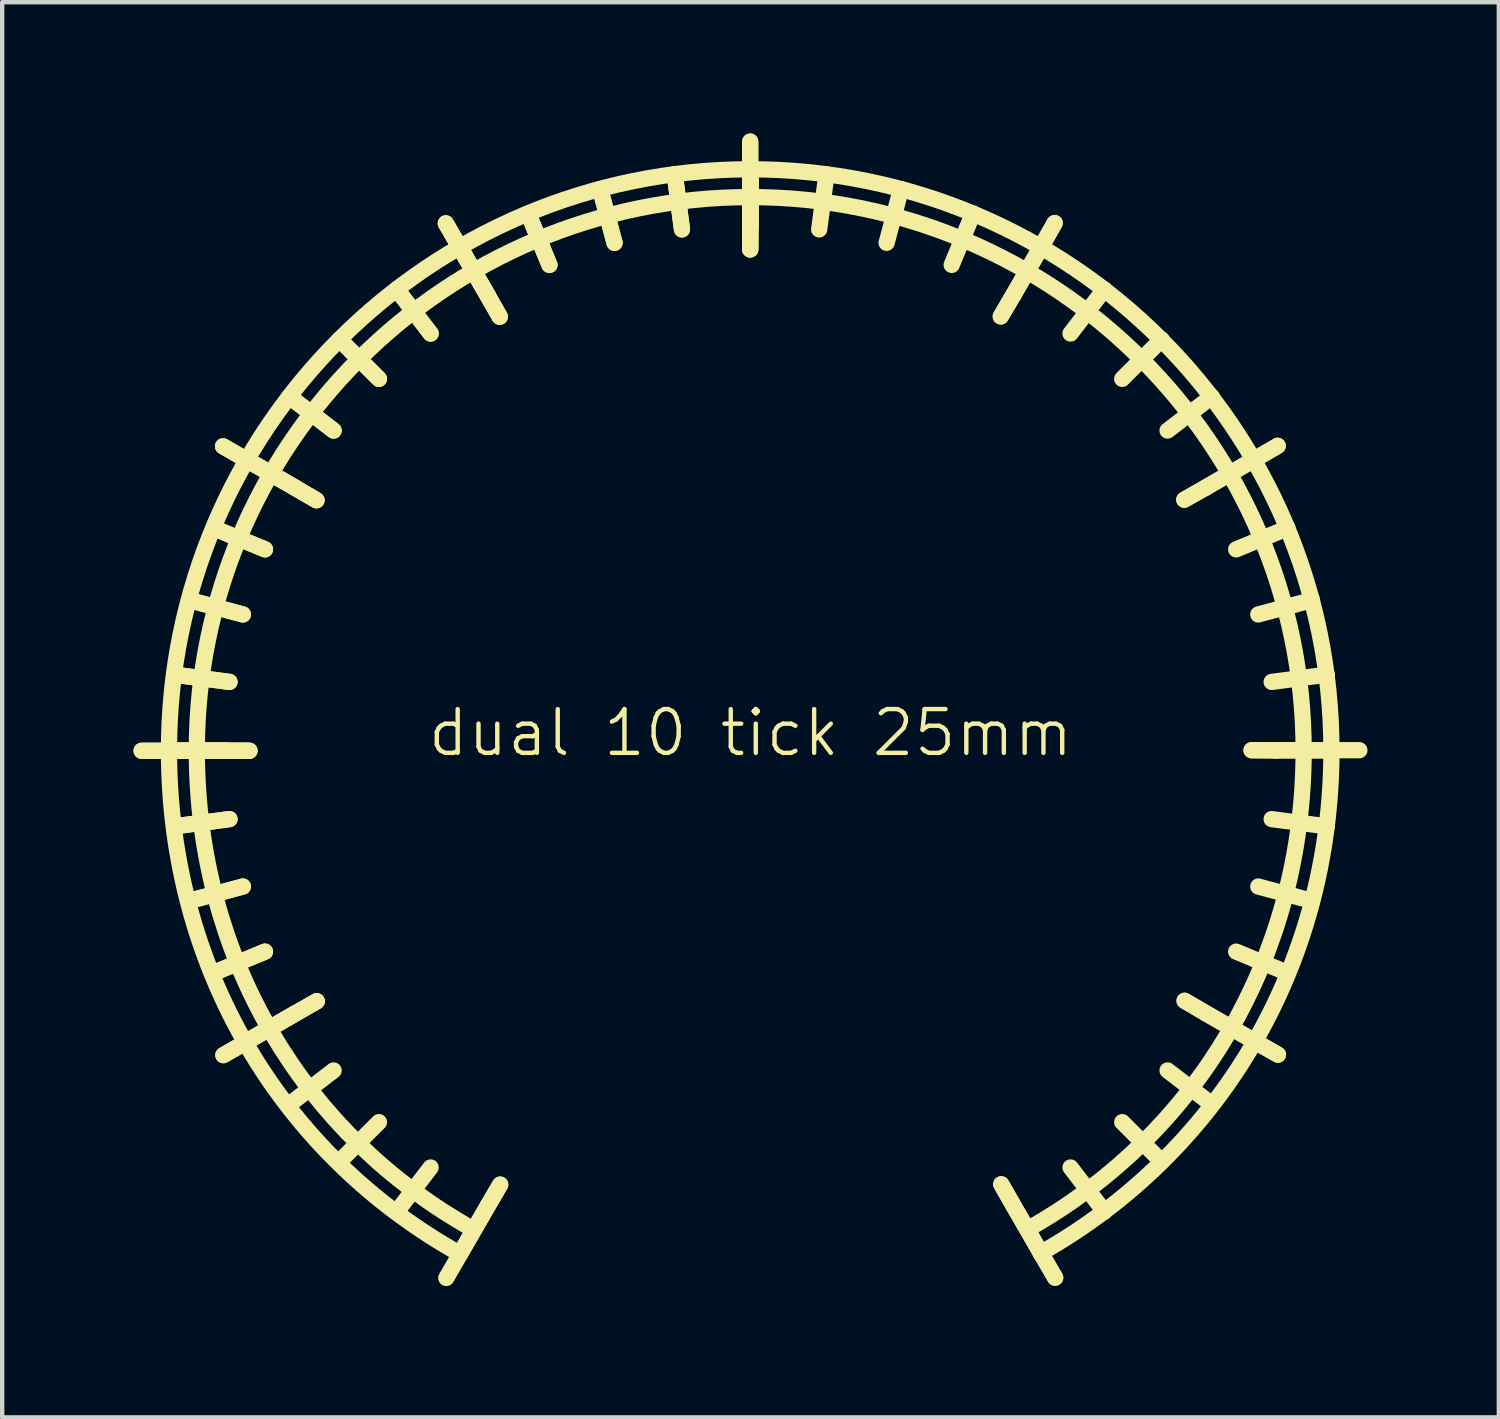
<source format=kicad_pcb>
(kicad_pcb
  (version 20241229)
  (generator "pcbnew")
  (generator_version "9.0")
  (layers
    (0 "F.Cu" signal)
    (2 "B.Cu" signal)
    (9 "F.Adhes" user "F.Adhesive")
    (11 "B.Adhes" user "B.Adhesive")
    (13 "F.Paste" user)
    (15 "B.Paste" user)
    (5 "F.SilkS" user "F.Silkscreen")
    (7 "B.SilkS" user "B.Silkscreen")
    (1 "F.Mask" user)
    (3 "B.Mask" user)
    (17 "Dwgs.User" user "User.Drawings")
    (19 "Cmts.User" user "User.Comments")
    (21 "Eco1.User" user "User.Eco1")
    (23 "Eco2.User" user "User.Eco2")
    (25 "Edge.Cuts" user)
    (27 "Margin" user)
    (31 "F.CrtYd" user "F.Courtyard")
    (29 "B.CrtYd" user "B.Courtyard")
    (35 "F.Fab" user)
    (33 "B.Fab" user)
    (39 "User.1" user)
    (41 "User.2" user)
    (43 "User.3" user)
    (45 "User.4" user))
  (footprint "dual 10 tick 25mm"
    (layer "F.Cu")
    (at 14.095 14.19)
    (property "Reference" "dual 10 tick 25mm" (at 0 -0.5 0) (unlocked yes) (layer "F.SilkS") (effects (font (size 1 1) (thickness 0.1))))
    (attr smd)
    (fp_line (start -13.91 -0.09) (end -11.448 -0.09) (stroke (width 0.371) (type solid)) (layer "F.SilkS"))
    (fp_line (start -13.91 -0.09) (end -11.448 -0.09) (stroke (width 0.371) (type solid)) (layer "F.SilkS"))
    (fp_line (start -13.276 -0.096) (end -12.006 -0.096) (stroke (width 0.371) (type solid)) (layer "F.SilkS"))
    (fp_line (start -13.276 -0.096) (end -12.006 -0.096) (stroke (width 0.371) (type solid)) (layer "F.SilkS"))
    (fp_line (start -13.163 -1.829) (end -11.903 -1.663) (stroke (width 0.371) (type solid)) (layer "F.SilkS"))
    (fp_line (start -13.163 -1.829) (end -11.903 -1.663) (stroke (width 0.371) (type solid)) (layer "F.SilkS"))
    (fp_line (start -12.266 -5.177) (end -11.092 -4.691) (stroke (width 0.371) (type solid)) (layer "F.SilkS"))
    (fp_line (start -12.266 -5.177) (end -11.092 -4.691) (stroke (width 0.371) (type solid)) (layer "F.SilkS"))
    (fp_line (start -12.05 -7.045) (end -9.917 -5.814) (stroke (width 0.371) (type solid)) (layer "F.SilkS"))
    (fp_line (start -12.05 -7.045) (end -9.917 -5.814) (stroke (width 0.371) (type solid)) (layer "F.SilkS"))
    (fp_line (start -12.043 6.863) (end -9.911 5.632) (stroke (width 0.371) (type solid)) (layer "F.SilkS"))
    (fp_line (start -12.043 6.863) (end -9.911 5.632) (stroke (width 0.371) (type solid)) (layer "F.SilkS"))
    (fp_line (start -12.006 -0.096) (end -11.448 -0.09) (stroke (width 0.371) (type default)) (layer "F.SilkS"))
    (fp_line (start -11.498 -6.735) (end -10.397 -6.099) (stroke (width 0.371) (type solid)) (layer "F.SilkS"))
    (fp_line (start -11.498 -6.735) (end -10.397 -6.099) (stroke (width 0.371) (type solid)) (layer "F.SilkS"))
    (fp_line (start -10.533 -8.179) (end -9.525 -7.405) (stroke (width 0.371) (type solid)) (layer "F.SilkS"))
    (fp_line (start -10.533 -8.179) (end -9.525 -7.405) (stroke (width 0.371) (type solid)) (layer "F.SilkS"))
    (fp_line (start -10.533 7.986) (end -9.525 7.213) (stroke (width 0.371) (type solid)) (layer "F.SilkS"))
    (fp_line (start -10.397 -6.099) (end -9.917 -5.814) (stroke (width 0.371) (type default)) (layer "F.SilkS"))
    (fp_line (start -10.397 5.907) (end -9.911 5.632) (stroke (width 0.371) (type default)) (layer "F.SilkS"))
    (fp_line (start -9.388 9.292) (end -8.489 8.393) (stroke (width 0.371) (type solid)) (layer "F.SilkS"))
    (fp_line (start -9.388 -9.484) (end -8.489 -8.586) (stroke (width 0.371) (type solid)) (layer "F.SilkS"))
    (fp_line (start -9.388 -9.484) (end -8.489 -8.586) (stroke (width 0.371) (type solid)) (layer "F.SilkS"))
    (fp_line (start -8.082 -10.63) (end -7.308 -9.621) (stroke (width 0.371) (type solid)) (layer "F.SilkS"))
    (fp_line (start -8.082 -10.63) (end -7.308 -9.621) (stroke (width 0.371) (type solid)) (layer "F.SilkS"))
    (fp_line (start -8.082 10.437) (end -7.308 9.429) (stroke (width 0.371) (type solid)) (layer "F.SilkS"))
    (fp_line (start -6.961 -12.138) (end -5.73 -10.006) (stroke (width 0.371) (type solid)) (layer "F.SilkS"))
    (fp_line (start -6.961 -12.138) (end -5.73 -10.006) (stroke (width 0.371) (type solid)) (layer "F.SilkS"))
    (fp_line (start -6.95 11.952) (end -5.719 9.82) (stroke (width 0.371) (type solid)) (layer "F.SilkS"))
    (fp_line (start -6.638 11.402) (end -6.638 11.402) (stroke (width 0.371) (type default)) (layer "F.SilkS"))
    (fp_line (start -6.638 11.402) (end -6.003 10.301) (stroke (width 0.371) (type solid)) (layer "F.SilkS"))
    (fp_line (start -6.003 -10.494) (end -5.73 -10.006) (stroke (width 0.371) (type default)) (layer "F.SilkS"))
    (fp_line (start -6.003 10.301) (end -5.719 9.82) (stroke (width 0.371) (type default)) (layer "F.SilkS"))
    (fp_line (start -1.732 -13.26) (end -1.567 -12) (stroke (width 0.371) (type solid)) (layer "F.SilkS"))
    (fp_line (start -1.732 -13.26) (end -1.567 -12) (stroke (width 0.371) (type solid)) (layer "F.SilkS"))
    (fp_line (start -0.008 -14.005) (end -0.008 -11.543) (stroke (width 0.371) (type solid)) (layer "F.SilkS"))
    (fp_line (start -0.008 -14.005) (end -0.008 -11.543) (stroke (width 0.371) (type solid)) (layer "F.SilkS"))
    (fp_line (start -0.008 -13.373) (end -0.008 -12.738) (stroke (width 0.371) (type default)) (layer "F.SilkS"))
    (fp_line (start 0.001 -13.373) (end -0.008 -13.373) (stroke (width 0.371) (type default)) (layer "F.SilkS"))
    (fp_line (start 0.001 -13.373) (end 0.001 -12.103) (stroke (width 0.371) (type solid)) (layer "F.SilkS"))
    (fp_line (start 0.001 -13.373) (end 0.001 -12.103) (stroke (width 0.371) (type solid)) (layer "F.SilkS"))
    (fp_line (start 0.001 -12.103) (end -0.008 -11.543) (stroke (width 0.371) (type default)) (layer "F.SilkS"))
    (fp_line (start 3.437 -12.921) (end 3.108 -11.693) (stroke (width 0.371) (type solid)) (layer "F.SilkS"))
    (fp_line (start 6.004 -10.494) (end 5.716 -10.012) (stroke (width 0.371) (type default)) (layer "F.SilkS"))
    (fp_line (start 6.004 10.301) (end 5.727 9.813) (stroke (width 0.371) (type default)) (layer "F.SilkS"))
    (fp_line (start 6.628 11.383) (end 6.639 11.402) (stroke (width 0.371) (type default)) (layer "F.SilkS"))
    (fp_line (start 6.639 -11.594) (end 6.004 -10.494) (stroke (width 0.371) (type solid)) (layer "F.SilkS"))
    (fp_line (start 6.639 11.402) (end 6.004 10.301) (stroke (width 0.371) (type solid)) (layer "F.SilkS"))
    (fp_line (start 6.947 -12.145) (end 6.639 -11.594) (stroke (width 0.371) (type default)) (layer "F.SilkS"))
    (fp_line (start 6.958 11.946) (end 6.628 11.383) (stroke (width 0.371) (type default)) (layer "F.SilkS"))
    (fp_line (start 8.083 -10.63) (end 7.309 -9.622) (stroke (width 0.371) (type solid)) (layer "F.SilkS"))
    (fp_line (start 8.083 10.437) (end 7.31 9.429) (stroke (width 0.371) (type solid)) (layer "F.SilkS"))
    (fp_line (start 9.389 -9.484) (end 8.49 -8.586) (stroke (width 0.371) (type solid)) (layer "F.SilkS"))
    (fp_line (start 10.398 -6.099) (end 9.908 -5.825) (stroke (width 0.371) (type default)) (layer "F.SilkS"))
    (fp_line (start 10.398 5.907) (end 9.915 5.621) (stroke (width 0.371) (type default)) (layer "F.SilkS"))
    (fp_line (start 10.534 -8.179) (end 9.526 -7.405) (stroke (width 0.371) (type solid)) (layer "F.SilkS"))
    (fp_line (start 10.534 7.986) (end 9.526 7.213) (stroke (width 0.371) (type solid)) (layer "F.SilkS"))
    (fp_line (start 11.499 -6.735) (end 10.398 -6.099) (stroke (width 0.371) (type solid)) (layer "F.SilkS"))
    (fp_line (start 11.499 6.542) (end 10.398 5.907) (stroke (width 0.371) (type solid)) (layer "F.SilkS"))
    (fp_line (start 12.007 -0.096) (end 11.445 -0.103) (stroke (width 0.371) (type default)) (layer "F.SilkS"))
    (fp_line (start 12.041 -7.056) (end 9.908 -5.825) (stroke (width 0.371) (type solid)) (layer "F.SilkS"))
    (fp_line (start 12.041 -7.056) (end 11.499 -6.735) (stroke (width 0.371) (type default)) (layer "F.SilkS"))
    (fp_line (start 12.047 6.852) (end 11.499 6.542) (stroke (width 0.371) (type default)) (layer "F.SilkS"))
    (fp_line (start 12.267 -5.177) (end 11.093 -4.691) (stroke (width 0.371) (type solid)) (layer "F.SilkS"))
    (fp_line (start 12.825 -3.533) (end 11.598 -3.204) (stroke (width 0.371) (type solid)) (layer "F.SilkS"))
    (fp_line (start 13.269 -0.096) (end 13.277 -0.096) (stroke (width 0.371) (type default)) (layer "F.SilkS"))
    (fp_line (start 13.277 -0.096) (end 12.007 -0.096) (stroke (width 0.371) (type solid)) (layer "F.SilkS"))
    (fp_line (start 13.907 -0.103) (end 11.445 -0.103) (stroke (width 0.371) (type solid)) (layer "F.SilkS"))
    (fp_curve (pts (xy -13.285 -0.096) (xy -13.285 -7.424) (xy -7.335 -13.373) (xy -0.008 -13.373)) (stroke (width 0.371) (type solid)) (layer "F.SilkS"))
    (fp_curve (pts (xy -13.163 1.637) (xy -12.743 1.581) (xy -12.323 1.526) (xy -11.903 1.471)) (stroke (width 0.371) (type solid)) (layer "F.SilkS"))
    (fp_curve (pts (xy -13.163 1.637) (xy -12.743 1.581) (xy -12.323 1.526) (xy -11.903 1.471)) (stroke (width 0.371) (type solid)) (layer "F.SilkS"))
    (fp_curve (pts (xy -12.824 -3.533) (xy -12.415 -3.423) (xy -12.006 -3.313) (xy -11.597 -3.204)) (stroke (width 0.371) (type solid)) (layer "F.SilkS"))
    (fp_curve (pts (xy -12.824 -3.533) (xy -12.415 -3.423) (xy -12.006 -3.313) (xy -11.597 -3.204)) (stroke (width 0.371) (type solid)) (layer "F.SilkS"))
    (fp_curve (pts (xy -12.824 3.34) (xy -12.415 3.23) (xy -12.006 3.121) (xy -11.597 3.011)) (stroke (width 0.371) (type solid)) (layer "F.SilkS"))
    (fp_curve (pts (xy -12.824 3.34) (xy -12.415 3.23) (xy -12.006 3.121) (xy -11.597 3.011)) (stroke (width 0.371) (type solid)) (layer "F.SilkS"))
    (fp_curve (pts (xy -12.649 -0.096) (xy -12.649 -7.073) (xy -6.985 -12.738) (xy -0.008 -12.738)) (stroke (width 0.371) (type solid)) (layer "F.SilkS"))
    (fp_curve (pts (xy -12.266 4.985) (xy -11.874 4.822) (xy -11.483 4.66) (xy -11.092 4.498)) (stroke (width 0.371) (type solid)) (layer "F.SilkS"))
    (fp_curve (pts (xy -12.266 4.985) (xy -11.874 4.822) (xy -11.483 4.66) (xy -11.092 4.498)) (stroke (width 0.371) (type solid)) (layer "F.SilkS"))
    (fp_curve (pts (xy -11.498 6.542) (xy -11.131 6.33) (xy -10.764 6.119) (xy -10.397 5.907)) (stroke (width 0.371) (type solid)) (layer "F.SilkS"))
    (fp_curve (pts (xy -11.498 6.542) (xy -11.131 6.33) (xy -10.764 6.119) (xy -10.397 5.907)) (stroke (width 0.371) (type solid)) (layer "F.SilkS"))
    (fp_curve (pts (xy -6.638 -11.594) (xy -6.426 -11.228) (xy -6.214 -10.861) (xy -6.003 -10.494)) (stroke (width 0.371) (type solid)) (layer "F.SilkS"))
    (fp_curve (pts (xy -6.638 -11.594) (xy -6.426 -11.228) (xy -6.214 -10.861) (xy -6.003 -10.494)) (stroke (width 0.371) (type solid)) (layer "F.SilkS"))
    (fp_curve (pts (xy -6.638 11.402) (xy -10.705 9.132) (xy -13.285 4.888) (xy -13.285 -0.096)) (stroke (width 0.371) (type solid)) (layer "F.SilkS"))
    (fp_curve (pts (xy -6.32 10.852) (xy -10.2 8.692) (xy -12.649 4.655) (xy -12.649 -0.096)) (stroke (width 0.371) (type solid)) (layer "F.SilkS"))
    (fp_curve (pts (xy -5.08 -12.362) (xy -4.918 -11.971) (xy -4.756 -11.58) (xy -4.594 -11.189)) (stroke (width 0.371) (type solid)) (layer "F.SilkS"))
    (fp_curve (pts (xy -5.08 -12.362) (xy -4.918 -11.971) (xy -4.756 -11.58) (xy -4.594 -11.189)) (stroke (width 0.371) (type solid)) (layer "F.SilkS"))
    (fp_curve (pts (xy -3.436 -12.921) (xy -3.326 -12.512) (xy -3.216 -12.103) (xy -3.107 -11.693)) (stroke (width 0.371) (type solid)) (layer "F.SilkS"))
    (fp_curve (pts (xy -3.436 -12.921) (xy -3.326 -12.512) (xy -3.216 -12.103) (xy -3.107 -11.693)) (stroke (width 0.371) (type solid)) (layer "F.SilkS"))
    (fp_curve (pts (xy -0.008 -13.373) (xy 7.32 -13.373) (xy 13.269 -7.424) (xy 13.269 -0.096)) (stroke (width 0.371) (type solid)) (layer "F.SilkS"))
    (fp_curve (pts (xy -0.008 -12.738) (xy 6.969 -12.738) (xy 12.634 -7.073) (xy 12.634 -0.096)) (stroke (width 0.371) (type solid)) (layer "F.SilkS"))
    (fp_curve (pts (xy 1.734 -13.26) (xy 1.678 -12.84) (xy 1.623 -12.42) (xy 1.568 -12)) (stroke (width 0.371) (type solid)) (layer "F.SilkS"))
    (fp_curve (pts (xy 5.081 -12.363) (xy 4.919 -11.971) (xy 4.757 -11.58) (xy 4.595 -11.189)) (stroke (width 0.371) (type solid)) (layer "F.SilkS"))
    (fp_curve (pts (xy 6.947 -12.145) (xy 6.537 -11.434) (xy 6.127 -10.723) (xy 5.716 -10.012)) (stroke (width 0.371) (type solid)) (layer "F.SilkS"))
    (fp_curve (pts (xy 6.958 11.946) (xy 6.548 11.235) (xy 6.138 10.524) (xy 5.727 9.813)) (stroke (width 0.371) (type solid)) (layer "F.SilkS"))
    (fp_curve (pts (xy 9.389 9.292) (xy 9.089 8.992) (xy 8.79 8.693) (xy 8.49 8.393)) (stroke (width 0.371) (type solid)) (layer "F.SilkS"))
    (fp_curve (pts (xy 12.047 6.852) (xy 11.336 6.442) (xy 10.625 6.032) (xy 9.915 5.621)) (stroke (width 0.371) (type solid)) (layer "F.SilkS"))
    (fp_curve (pts (xy 12.267 4.985) (xy 11.875 4.822) (xy 11.484 4.66) (xy 11.093 4.498)) (stroke (width 0.371) (type solid)) (layer "F.SilkS"))
    (fp_curve (pts (xy 12.634 -0.096) (xy 12.634 4.643) (xy 10.186 8.678) (xy 6.322 10.842)) (stroke (width 0.371) (type solid)) (layer "F.SilkS"))
    (fp_curve (pts (xy 12.825 3.34) (xy 12.416 3.23) (xy 12.007 3.121) (xy 11.598 3.011)) (stroke (width 0.371) (type solid)) (layer "F.SilkS"))
    (fp_curve (pts (xy 13.164 -1.829) (xy 12.744 -1.774) (xy 12.324 -1.719) (xy 11.904 -1.663)) (stroke (width 0.371) (type solid)) (layer "F.SilkS"))
    (fp_curve (pts (xy 13.164 1.637) (xy 12.744 1.581) (xy 12.324 1.526) (xy 11.904 1.471)) (stroke (width 0.371) (type solid)) (layer "F.SilkS"))
    (fp_curve (pts (xy 13.269 -0.096) (xy 13.269 4.864) (xy 10.663 9.104) (xy 6.628 11.383)) (stroke (width 0.371) (type solid)) (layer "F.SilkS")))
  (gr_rect
    (start -3 -3)
    (end 31.188 29.328)
    (stroke (width 0.1) (type default))
    (fill no)
    (layer "Edge.Cuts")))
</source>
